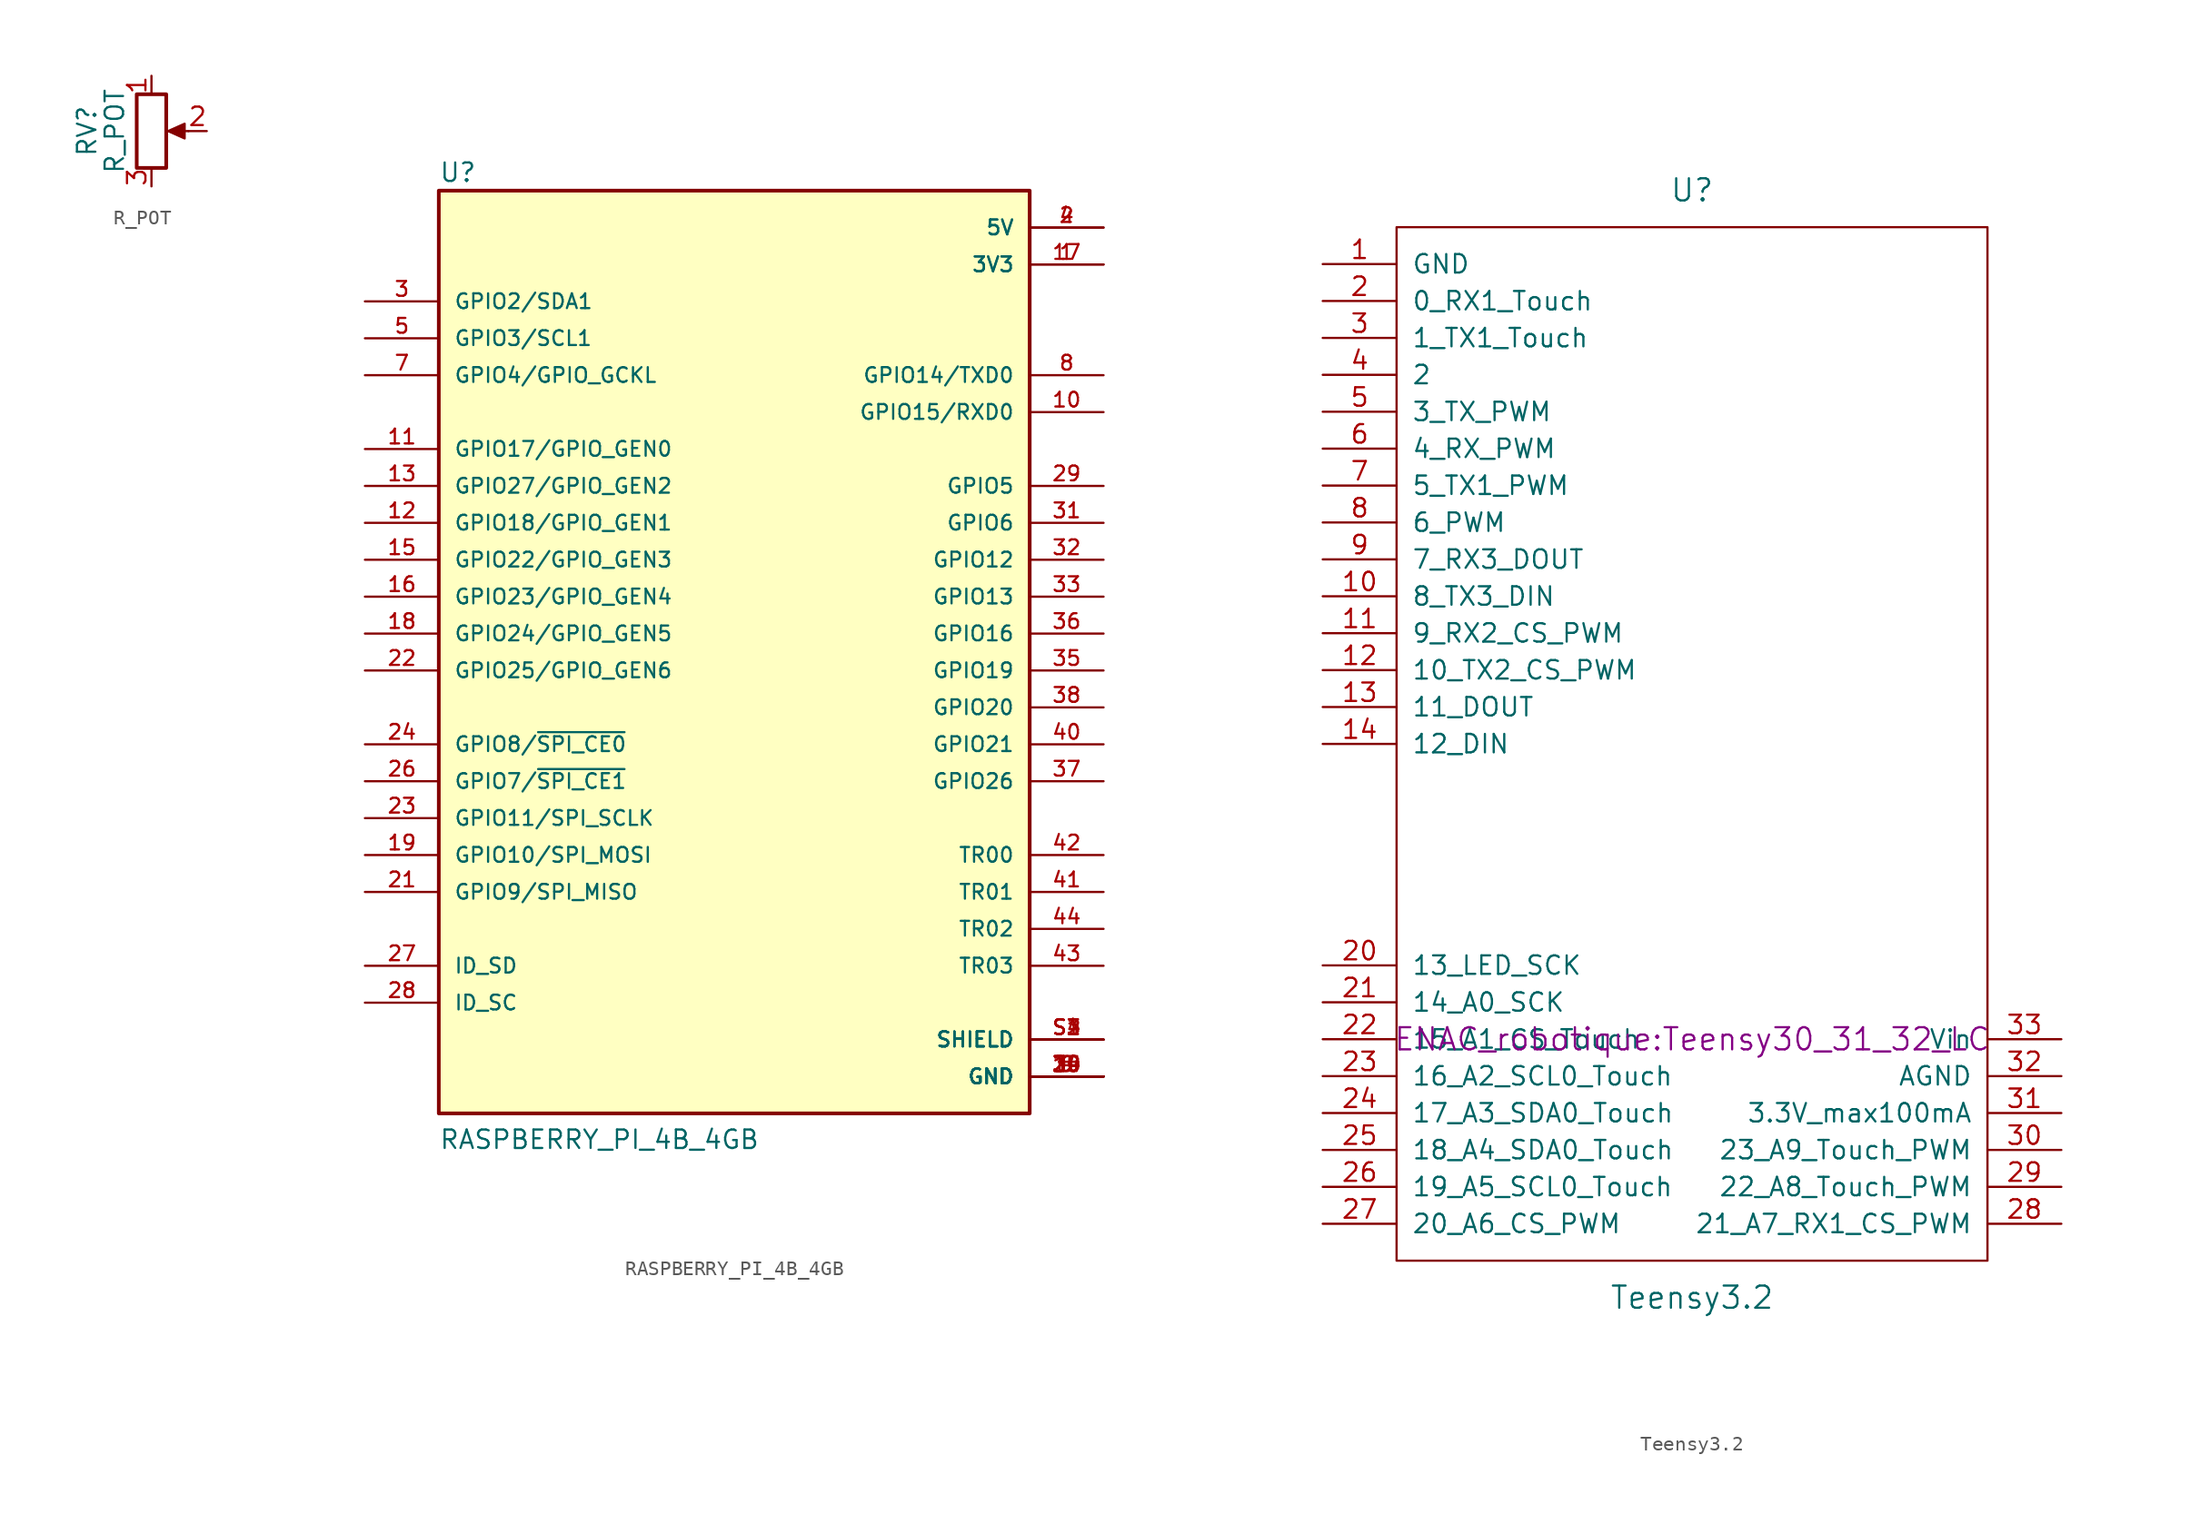
<source format=kicad_sym>
(kicad_symbol_lib
  (version 20231120)
  (generator "kicad_symbol_editor")
  (generator_version "8.0")
  (symbol "R_POT"
    (pin_names
      (offset 1.016) hide)
    (property "Reference" "RV"
      (at -4.445 0 90)
      (effects (font (size 1.27 1.27))))
    (property "Value" "R_POT"
      (at -2.54 0 90)
      (effects (font (size 1.27 1.27))))
    (symbol "R_POT_0_1"
      (polyline (pts (xy 2.54 0) (xy 1.524 0)) (stroke (width 0) (type default)) (fill (type none)))
      (polyline (pts (xy 1.143 0) (xy 2.286 0.508) (xy 2.286 -0.508) (xy 1.143 0)) (stroke (width 0) (type default)) (fill (type outline)))
      (rectangle (start 1.016 2.54) (end -1.016 -2.54) (stroke (width 0.254) (type default)) (fill (type none))))
    (symbol "R_POT_1_1"
      (pin passive line (at 0 3.81 270) (length 1.27) (name "1" (effects (font (size 1.27 1.27)))) (number "1" (effects (font (size 1.27 1.27)))))
      (pin passive line (at 3.81 0 180) (length 1.27) (name "2" (effects (font (size 1.27 1.27)))) (number "2" (effects (font (size 1.27 1.27)))))
      (pin passive line (at 0 -3.81 90) (length 1.27) (name "3" (effects (font (size 1.27 1.27)))) (number "3" (effects (font (size 1.27 1.27)))))))
  (symbol "RASPBERRY_PI_4B_4GB"
    (pin_names
      (offset 1.016))
    (property "Reference" "U"
      (at -20.32 33.528 0)
      (effects (font (size 1.27 1.27)) (justify left bottom)))
    (property "Value" "RASPBERRY_PI_4B_4GB"
      (at -20.32 -33.02 0)
      (effects (font (size 1.27 1.27)) (justify left bottom)))
    (symbol "RASPBERRY_PI_4B_4GB_0_0"
      (rectangle (start -20.32 -30.48) (end 20.32 33.02) (stroke (width 0.254) (type default)) (fill (type background)))
      (pin power_in line (at 25.4 27.94 180) (length 5.08) (name "3V3" (effects (font (size 1.016 1.016)))) (number "1" (effects (font (size 1.016 1.016)))))
      (pin bidirectional line (at 25.4 17.78 180) (length 5.08) (name "GPIO15/RXD0" (effects (font (size 1.016 1.016)))) (number "10" (effects (font (size 1.016 1.016)))))
      (pin bidirectional line (at -25.4 15.24 0) (length 5.08) (name "GPIO17/GPIO_GEN0" (effects (font (size 1.016 1.016)))) (number "11" (effects (font (size 1.016 1.016)))))
      (pin bidirectional line (at -25.4 10.16 0) (length 5.08) (name "GPIO18/GPIO_GEN1" (effects (font (size 1.016 1.016)))) (number "12" (effects (font (size 1.016 1.016)))))
      (pin bidirectional line (at -25.4 12.7 0) (length 5.08) (name "GPIO27/GPIO_GEN2" (effects (font (size 1.016 1.016)))) (number "13" (effects (font (size 1.016 1.016)))))
      (pin power_in line (at 25.4 -27.94 180) (length 5.08) (name "GND" (effects (font (size 1.016 1.016)))) (number "14" (effects (font (size 1.016 1.016)))))
      (pin bidirectional line (at -25.4 7.62 0) (length 5.08) (name "GPIO22/GPIO_GEN3" (effects (font (size 1.016 1.016)))) (number "15" (effects (font (size 1.016 1.016)))))
      (pin bidirectional line (at -25.4 5.08 0) (length 5.08) (name "GPIO23/GPIO_GEN4" (effects (font (size 1.016 1.016)))) (number "16" (effects (font (size 1.016 1.016)))))
      (pin power_in line (at 25.4 27.94 180) (length 5.08) (name "3V3" (effects (font (size 1.016 1.016)))) (number "17" (effects (font (size 1.016 1.016)))))
      (pin bidirectional line (at -25.4 2.54 0) (length 5.08) (name "GPIO24/GPIO_GEN5" (effects (font (size 1.016 1.016)))) (number "18" (effects (font (size 1.016 1.016)))))
      (pin bidirectional line (at -25.4 -12.7 0) (length 5.08) (name "GPIO10/SPI_MOSI" (effects (font (size 1.016 1.016)))) (number "19" (effects (font (size 1.016 1.016)))))
      (pin power_in line (at 25.4 30.48 180) (length 5.08) (name "5V" (effects (font (size 1.016 1.016)))) (number "2" (effects (font (size 1.016 1.016)))))
      (pin power_in line (at 25.4 -27.94 180) (length 5.08) (name "GND" (effects (font (size 1.016 1.016)))) (number "20" (effects (font (size 1.016 1.016)))))
      (pin bidirectional line (at -25.4 -15.24 0) (length 5.08) (name "GPIO9/SPI_MISO" (effects (font (size 1.016 1.016)))) (number "21" (effects (font (size 1.016 1.016)))))
      (pin bidirectional line (at -25.4 0 0) (length 5.08) (name "GPIO25/GPIO_GEN6" (effects (font (size 1.016 1.016)))) (number "22" (effects (font (size 1.016 1.016)))))
      (pin bidirectional line (at -25.4 -10.16 0) (length 5.08) (name "GPIO11/SPI_SCLK" (effects (font (size 1.016 1.016)))) (number "23" (effects (font (size 1.016 1.016)))))
      (pin bidirectional line (at -25.4 -5.08 0) (length 5.08) (name "GPIO8/~{SPI_CE0}" (effects (font (size 1.016 1.016)))) (number "24" (effects (font (size 1.016 1.016)))))
      (pin power_in line (at 25.4 -27.94 180) (length 5.08) (name "GND" (effects (font (size 1.016 1.016)))) (number "25" (effects (font (size 1.016 1.016)))))
      (pin bidirectional line (at -25.4 -7.62 0) (length 5.08) (name "GPIO7/~{SPI_CE1}" (effects (font (size 1.016 1.016)))) (number "26" (effects (font (size 1.016 1.016)))))
      (pin bidirectional line (at -25.4 -20.32 0) (length 5.08) (name "ID_SD" (effects (font (size 1.016 1.016)))) (number "27" (effects (font (size 1.016 1.016)))))
      (pin bidirectional line (at -25.4 -22.86 0) (length 5.08) (name "ID_SC" (effects (font (size 1.016 1.016)))) (number "28" (effects (font (size 1.016 1.016)))))
      (pin bidirectional line (at 25.4 12.7 180) (length 5.08) (name "GPIO5" (effects (font (size 1.016 1.016)))) (number "29" (effects (font (size 1.016 1.016)))))
      (pin bidirectional line (at -25.4 25.4 0) (length 5.08) (name "GPIO2/SDA1" (effects (font (size 1.016 1.016)))) (number "3" (effects (font (size 1.016 1.016)))))
      (pin power_in line (at 25.4 -27.94 180) (length 5.08) (name "GND" (effects (font (size 1.016 1.016)))) (number "30" (effects (font (size 1.016 1.016)))))
      (pin bidirectional line (at 25.4 10.16 180) (length 5.08) (name "GPIO6" (effects (font (size 1.016 1.016)))) (number "31" (effects (font (size 1.016 1.016)))))
      (pin bidirectional line (at 25.4 7.62 180) (length 5.08) (name "GPIO12" (effects (font (size 1.016 1.016)))) (number "32" (effects (font (size 1.016 1.016)))))
      (pin bidirectional line (at 25.4 5.08 180) (length 5.08) (name "GPIO13" (effects (font (size 1.016 1.016)))) (number "33" (effects (font (size 1.016 1.016)))))
      (pin power_in line (at 25.4 -27.94 180) (length 5.08) (name "GND" (effects (font (size 1.016 1.016)))) (number "34" (effects (font (size 1.016 1.016)))))
      (pin bidirectional line (at 25.4 0 180) (length 5.08) (name "GPIO19" (effects (font (size 1.016 1.016)))) (number "35" (effects (font (size 1.016 1.016)))))
      (pin bidirectional line (at 25.4 2.54 180) (length 5.08) (name "GPIO16" (effects (font (size 1.016 1.016)))) (number "36" (effects (font (size 1.016 1.016)))))
      (pin bidirectional line (at 25.4 -7.62 180) (length 5.08) (name "GPIO26" (effects (font (size 1.016 1.016)))) (number "37" (effects (font (size 1.016 1.016)))))
      (pin bidirectional line (at 25.4 -2.54 180) (length 5.08) (name "GPIO20" (effects (font (size 1.016 1.016)))) (number "38" (effects (font (size 1.016 1.016)))))
      (pin power_in line (at 25.4 -27.94 180) (length 5.08) (name "GND" (effects (font (size 1.016 1.016)))) (number "39" (effects (font (size 1.016 1.016)))))
      (pin power_in line (at 25.4 30.48 180) (length 5.08) (name "5V" (effects (font (size 1.016 1.016)))) (number "4" (effects (font (size 1.016 1.016)))))
      (pin bidirectional line (at 25.4 -5.08 180) (length 5.08) (name "GPIO21" (effects (font (size 1.016 1.016)))) (number "40" (effects (font (size 1.016 1.016)))))
      (pin bidirectional line (at 25.4 -15.24 180) (length 5.08) (name "TR01" (effects (font (size 1.016 1.016)))) (number "41" (effects (font (size 1.016 1.016)))))
      (pin bidirectional line (at 25.4 -12.7 180) (length 5.08) (name "TR00" (effects (font (size 1.016 1.016)))) (number "42" (effects (font (size 1.016 1.016)))))
      (pin bidirectional line (at 25.4 -20.32 180) (length 5.08) (name "TR03" (effects (font (size 1.016 1.016)))) (number "43" (effects (font (size 1.016 1.016)))))
      (pin bidirectional line (at 25.4 -17.78 180) (length 5.08) (name "TR02" (effects (font (size 1.016 1.016)))) (number "44" (effects (font (size 1.016 1.016)))))
      (pin bidirectional line (at -25.4 22.86 0) (length 5.08) (name "GPIO3/SCL1" (effects (font (size 1.016 1.016)))) (number "5" (effects (font (size 1.016 1.016)))))
      (pin power_in line (at 25.4 -27.94 180) (length 5.08) (name "GND" (effects (font (size 1.016 1.016)))) (number "6" (effects (font (size 1.016 1.016)))))
      (pin bidirectional line (at -25.4 20.32 0) (length 5.08) (name "GPIO4/GPIO_GCKL" (effects (font (size 1.016 1.016)))) (number "7" (effects (font (size 1.016 1.016)))))
      (pin bidirectional line (at 25.4 20.32 180) (length 5.08) (name "GPIO14/TXD0" (effects (font (size 1.016 1.016)))) (number "8" (effects (font (size 1.016 1.016)))))
      (pin power_in line (at 25.4 -27.94 180) (length 5.08) (name "GND" (effects (font (size 1.016 1.016)))) (number "9" (effects (font (size 1.016 1.016)))))
      (pin power_in line (at 25.4 -25.4 180) (length 5.08) (name "SHIELD" (effects (font (size 1.016 1.016)))) (number "S1" (effects (font (size 1.016 1.016)))))
      (pin power_in line (at 25.4 -25.4 180) (length 5.08) (name "SHIELD" (effects (font (size 1.016 1.016)))) (number "S2" (effects (font (size 1.016 1.016)))))
      (pin power_in line (at 25.4 -25.4 180) (length 5.08) (name "SHIELD" (effects (font (size 1.016 1.016)))) (number "S3" (effects (font (size 1.016 1.016)))))
      (pin power_in line (at 25.4 -25.4 180) (length 5.08) (name "SHIELD" (effects (font (size 1.016 1.016)))) (number "S4" (effects (font (size 1.016 1.016)))))))
  (symbol "Teensy3.2"
    (pin_names
      (offset 1.016))
    (property "Reference" "U"
      (at 0 38.1 0)
      (effects (font (size 1.524 1.524))))
    (property "Value" "Teensy3.2"
      (at 0 -38.1 0)
      (effects (font (size 1.524 1.524))))
    (property "Footprint" "ENAC_robotique:Teensy30_31_32_LC"
      (at 0 -20.32 0)
      (effects (font (size 1.524 1.524))))
    (property "Datasheet" ""
      (at 0 -20.32 0)
      (effects (font (size 1.524 1.524))))
    (symbol "Teensy3.2_0_1"
      (rectangle (start -20.32 35.56) (end 20.32 -35.56) (stroke (width 0) (type default)) (fill (type none))))
    (symbol "Teensy3.2_1_1"
      (pin power_in line (at -25.4 33.02 0) (length 5.08) (name "GND" (effects (font (size 1.27 1.27)))) (number "1" (effects (font (size 1.27 1.27)))))
      (pin bidirectional line (at -25.4 10.16 0) (length 5.08) (name "8_TX3_DIN" (effects (font (size 1.27 1.27)))) (number "10" (effects (font (size 1.27 1.27)))))
      (pin bidirectional line (at -25.4 7.62 0) (length 5.08) (name "9_RX2_CS_PWM" (effects (font (size 1.27 1.27)))) (number "11" (effects (font (size 1.27 1.27)))))
      (pin bidirectional line (at -25.4 5.08 0) (length 5.08) (name "10_TX2_CS_PWM" (effects (font (size 1.27 1.27)))) (number "12" (effects (font (size 1.27 1.27)))))
      (pin bidirectional line (at -25.4 2.54 0) (length 5.08) (name "11_DOUT" (effects (font (size 1.27 1.27)))) (number "13" (effects (font (size 1.27 1.27)))))
      (pin bidirectional line (at -25.4 0 0) (length 5.08) (name "12_DIN" (effects (font (size 1.27 1.27)))) (number "14" (effects (font (size 1.27 1.27)))))
      (pin bidirectional line (at -25.4 30.48 0) (length 5.08) (name "0_RX1_Touch" (effects (font (size 1.27 1.27)))) (number "2" (effects (font (size 1.27 1.27)))))
      (pin bidirectional line (at -25.4 -15.24 0) (length 5.08) (name "13_LED_SCK" (effects (font (size 1.27 1.27)))) (number "20" (effects (font (size 1.27 1.27)))))
      (pin bidirectional line (at -25.4 -17.78 0) (length 5.08) (name "14_A0_SCK" (effects (font (size 1.27 1.27)))) (number "21" (effects (font (size 1.27 1.27)))))
      (pin bidirectional line (at -25.4 -20.32 0) (length 5.08) (name "15_A1_CS_Touch" (effects (font (size 1.27 1.27)))) (number "22" (effects (font (size 1.27 1.27)))))
      (pin bidirectional line (at -25.4 -22.86 0) (length 5.08) (name "16_A2_SCL0_Touch" (effects (font (size 1.27 1.27)))) (number "23" (effects (font (size 1.27 1.27)))))
      (pin bidirectional line (at -25.4 -25.4 0) (length 5.08) (name "17_A3_SDA0_Touch" (effects (font (size 1.27 1.27)))) (number "24" (effects (font (size 1.27 1.27)))))
      (pin bidirectional line (at -25.4 -27.94 0) (length 5.08) (name "18_A4_SDA0_Touch" (effects (font (size 1.27 1.27)))) (number "25" (effects (font (size 1.27 1.27)))))
      (pin bidirectional line (at -25.4 -30.48 0) (length 5.08) (name "19_A5_SCL0_Touch" (effects (font (size 1.27 1.27)))) (number "26" (effects (font (size 1.27 1.27)))))
      (pin bidirectional line (at -25.4 -33.02 0) (length 5.08) (name "20_A6_CS_PWM" (effects (font (size 1.27 1.27)))) (number "27" (effects (font (size 1.27 1.27)))))
      (pin bidirectional line (at 25.4 -33.02 180) (length 5.08) (name "21_A7_RX1_CS_PWM" (effects (font (size 1.27 1.27)))) (number "28" (effects (font (size 1.27 1.27)))))
      (pin bidirectional line (at 25.4 -30.48 180) (length 5.08) (name "22_A8_Touch_PWM" (effects (font (size 1.27 1.27)))) (number "29" (effects (font (size 1.27 1.27)))))
      (pin bidirectional line (at -25.4 27.94 0) (length 5.08) (name "1_TX1_Touch" (effects (font (size 1.27 1.27)))) (number "3" (effects (font (size 1.27 1.27)))))
      (pin bidirectional line (at 25.4 -27.94 180) (length 5.08) (name "23_A9_Touch_PWM" (effects (font (size 1.27 1.27)))) (number "30" (effects (font (size 1.27 1.27)))))
      (pin power_out line (at 25.4 -25.4 180) (length 5.08) (name "3.3V_max100mA" (effects (font (size 1.27 1.27)))) (number "31" (effects (font (size 1.27 1.27)))))
      (pin power_out line (at 25.4 -22.86 180) (length 5.08) (name "AGND" (effects (font (size 1.27 1.27)))) (number "32" (effects (font (size 1.27 1.27)))))
      (pin power_in line (at 25.4 -20.32 180) (length 5.08) (name "Vin" (effects (font (size 1.27 1.27)))) (number "33" (effects (font (size 1.27 1.27)))))
      (pin bidirectional line (at -25.4 25.4 0) (length 5.08) (name "2" (effects (font (size 1.27 1.27)))) (number "4" (effects (font (size 1.27 1.27)))))
      (pin bidirectional line (at -25.4 22.86 0) (length 5.08) (name "3_TX_PWM" (effects (font (size 1.27 1.27)))) (number "5" (effects (font (size 1.27 1.27)))))
      (pin bidirectional line (at -25.4 20.32 0) (length 5.08) (name "4_RX_PWM" (effects (font (size 1.27 1.27)))) (number "6" (effects (font (size 1.27 1.27)))))
      (pin bidirectional line (at -25.4 17.78 0) (length 5.08) (name "5_TX1_PWM" (effects (font (size 1.27 1.27)))) (number "7" (effects (font (size 1.27 1.27)))))
      (pin bidirectional line (at -25.4 15.24 0) (length 5.08) (name "6_PWM" (effects (font (size 1.27 1.27)))) (number "8" (effects (font (size 1.27 1.27)))))
      (pin bidirectional line (at -25.4 12.7 0) (length 5.08) (name "7_RX3_DOUT" (effects (font (size 1.27 1.27)))) (number "9" (effects (font (size 1.27 1.27))))))))
</source>
